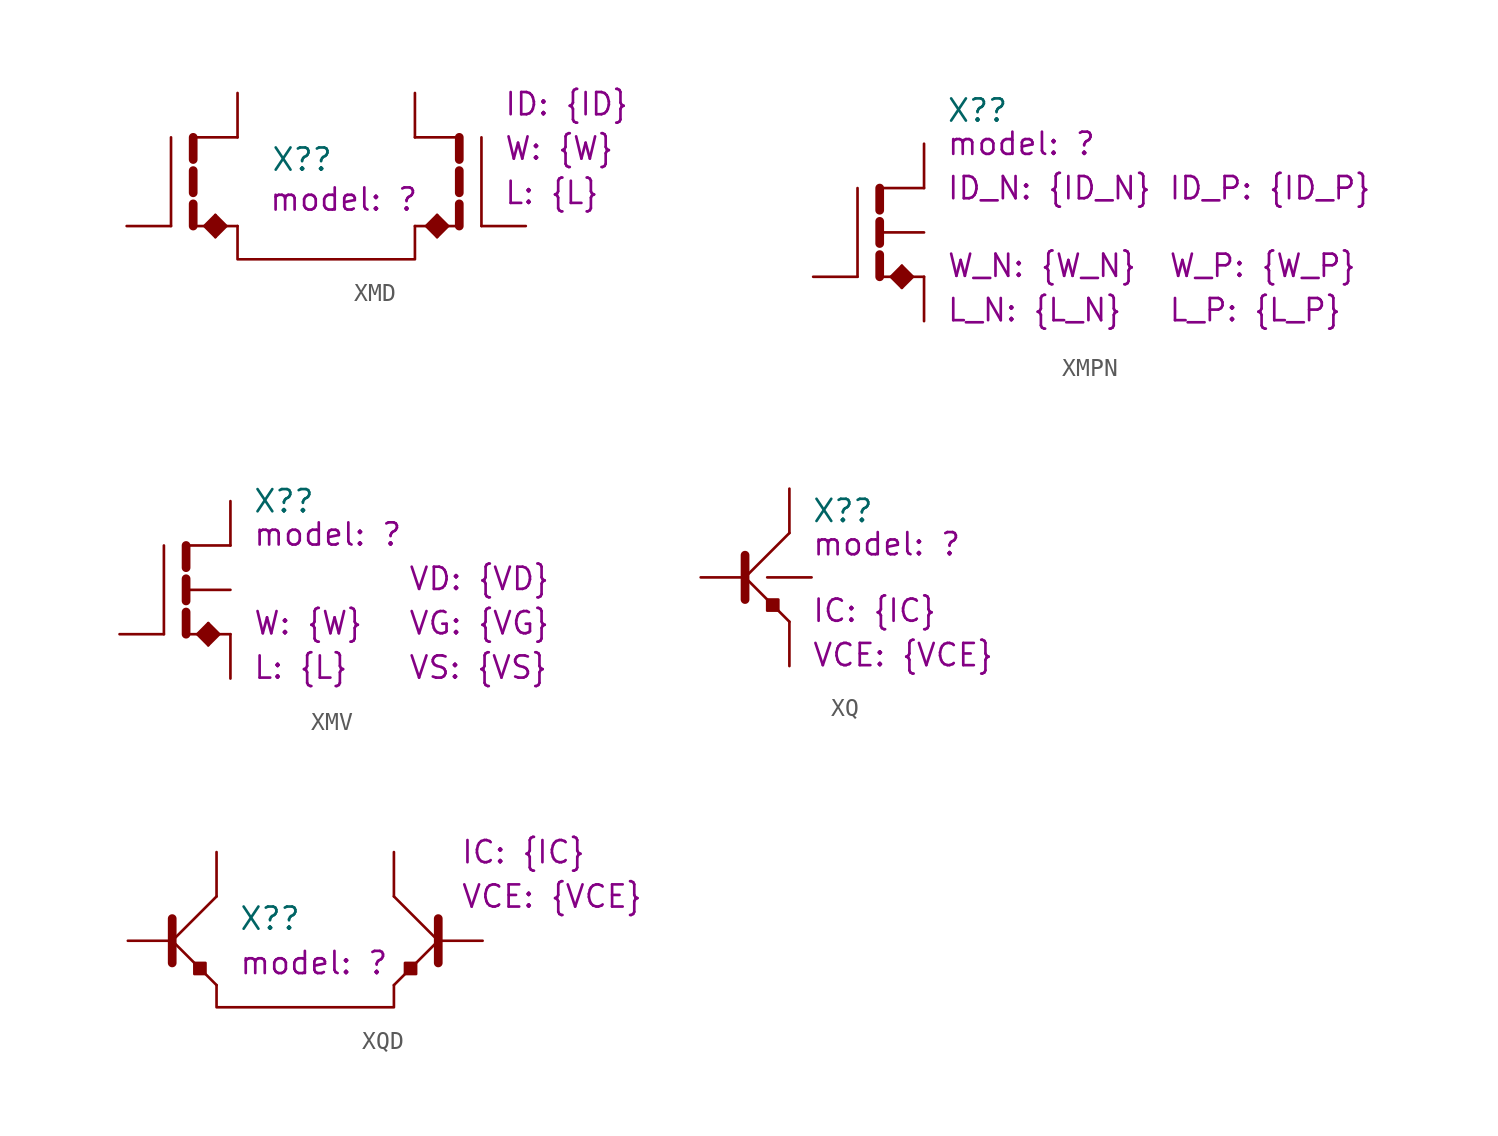
<source format=kicad_sym>
(kicad_symbol_lib
  (version 20241209)
  (generator "kicad_symbol_editor")
  (generator_version "9.0")
  (symbol "XMD"
    (pin_numbers
      (hide yes))
    (pin_names
      (offset 0)
      (hide yes))
    (property "Reference" "X?"
      (at 1.905 1.27 0)
      (effects (font (size 1.27 1.27)) (justify left)))
    (property "model" "?"
      (at 1.778 -1.016 0)
      (show_name)
      (effects (font (size 1.27 1.27)) (justify left)))
    (property "W" "{W}"
      (at 15.24 1.905 0)
      (show_name)
      (do_not_autoplace)
      (effects (font (size 1.27 1.27)) (justify left)))
    (property "L" "{L}"
      (at 15.24 -0.635 0)
      (show_name)
      (do_not_autoplace)
      (effects (font (size 1.27 1.27)) (justify left)))
    (property "ID" "{ID}"
      (at 15.24 4.445 0)
      (show_name)
      (do_not_autoplace)
      (effects (font (size 1.27 1.27)) (justify left)))
    (symbol "XMD_0_1"
      (polyline (pts (xy -3.81 -2.54) (xy -3.81 2.54)) (stroke (width 0) (type default)) (fill (type none)))
      (polyline (pts (xy -1.905 -2.54) (xy -1.27 -1.905) (xy -1.27 -3.175) (xy -1.905 -2.54)) (stroke (width 0) (type solid)) (fill (type outline)))
      (polyline (pts (xy -0.635 -2.54) (xy -1.27 -1.905) (xy -1.27 -3.175) (xy -0.635 -2.54)) (stroke (width 0) (type solid)) (fill (type outline)))
      (polyline (pts (xy 0 -2.54) (xy 0 -4.445) (xy 10.16 -4.445) (xy 10.16 -2.54)) (stroke (width 0) (type default)) (fill (type none)))
      (polyline (pts (xy 10.795 -2.54) (xy 11.43 -1.905) (xy 11.43 -3.175) (xy 10.795 -2.54)) (stroke (width 0) (type solid)) (fill (type outline)))
      (polyline (pts (xy 12.065 -2.54) (xy 11.43 -1.905) (xy 11.43 -3.175) (xy 12.065 -2.54)) (stroke (width 0) (type solid)) (fill (type outline)))
      (polyline (pts (xy 13.97 -2.54) (xy 13.97 2.54)) (stroke (width 0) (type default)) (fill (type none))))
    (symbol "XMD_1_0"
      (pin unspecified line (at -6.35 -2.54 0) (length 2.54) (name "G1" (effects (font (size 1.27 1.27)))) (number "3" (effects (font (size 1.27 1.27)))))
      (pin unspecified line (at 0 5.08 270) (length 2.54) (name "D1" (effects (font (size 1.27 1.27)))) (number "1" (effects (font (size 1.27 1.27)))))
      (pin unspecified line (at 10.16 5.08 270) (length 2.54) (name "D2" (effects (font (size 1.27 1.27)))) (number "2" (effects (font (size 1.27 1.27)))))
      (pin unspecified line (at 16.51 -2.54 180) (length 2.54) (name "G2" (effects (font (size 1.27 1.27)))) (number "4" (effects (font (size 1.27 1.27))))))
    (symbol "XMD_1_1"
      (polyline (pts (xy -2.54 1.27) (xy -2.54 2.54)) (stroke (width 0.5) (type solid)) (fill (type none)))
      (polyline (pts (xy -2.54 -0.635) (xy -2.54 0.635)) (stroke (width 0.5) (type solid)) (fill (type none)))
      (polyline (pts (xy -2.54 -2.54) (xy -2.54 -1.27)) (stroke (width 0.5) (type solid)) (fill (type none)))
      (polyline (pts (xy 0 2.54) (xy -2.54 2.54)) (stroke (width 0) (type default)) (fill (type none)))
      (polyline (pts (xy 0 -2.54) (xy -2.54 -2.54)) (stroke (width 0) (type default)) (fill (type none)))
      (polyline (pts (xy 10.16 2.54) (xy 12.7 2.54)) (stroke (width 0) (type default)) (fill (type none)))
      (polyline (pts (xy 10.16 -2.54) (xy 12.7 -2.54)) (stroke (width 0) (type default)) (fill (type none)))
      (polyline (pts (xy 12.7 1.27) (xy 12.7 2.54)) (stroke (width 0.5) (type solid)) (fill (type none)))
      (polyline (pts (xy 12.7 -0.635) (xy 12.7 0.635)) (stroke (width 0.5) (type solid)) (fill (type none)))
      (polyline (pts (xy 12.7 -2.54) (xy 12.7 -1.27)) (stroke (width 0.5) (type solid)) (fill (type none)))))
  (symbol "XMPN"
    (pin_numbers
      (hide yes))
    (pin_names
      (offset 0)
      (hide yes))
    (property "Reference" "X?"
      (at 1.27 6.985 0)
      (effects (font (size 1.27 1.27)) (justify left)))
    (property "model" "?"
      (at 1.27 5.08 0)
      (show_name)
      (effects (font (size 1.27 1.27)) (justify left)))
    (property "W_N" "{W_N}"
      (at 1.27 -1.905 0)
      (show_name)
      (do_not_autoplace)
      (effects (font (size 1.27 1.27)) (justify left)))
    (property "L_N" "{L_N}"
      (at 1.27 -4.445 0)
      (show_name)
      (do_not_autoplace)
      (effects (font (size 1.27 1.27)) (justify left)))
    (property "ID_N" "{ID_N}"
      (at 1.27 2.54 0)
      (show_name)
      (do_not_autoplace)
      (effects (font (size 1.27 1.27)) (justify left)))
    (property "W_P" "{W_P}"
      (at 13.97 -1.905 0)
      (show_name)
      (do_not_autoplace)
      (effects (font (size 1.27 1.27)) (justify left)))
    (property "L_P" "{L_P}"
      (at 13.97 -4.445 0)
      (show_name)
      (do_not_autoplace)
      (effects (font (size 1.27 1.27)) (justify left)))
    (property "ID_P" "{ID_P}"
      (at 13.97 2.54 0)
      (show_name)
      (do_not_autoplace)
      (effects (font (size 1.27 1.27)) (justify left)))
    (symbol "XMPN_0_1"
      (polyline (pts (xy -3.81 -2.54) (xy -3.81 2.54)) (stroke (width 0) (type default)) (fill (type none)))
      (polyline (pts (xy -1.905 -2.54) (xy -1.27 -1.905) (xy -1.27 -3.175) (xy -1.905 -2.54)) (stroke (width 0) (type solid)) (fill (type outline)))
      (polyline (pts (xy -0.635 -2.54) (xy -1.27 -1.905) (xy -1.27 -3.175) (xy -0.635 -2.54)) (stroke (width 0) (type solid)) (fill (type outline))))
    (symbol "XMPN_1_0"
      (pin unspecified line (at -6.35 -2.54 0) (length 2.54) (name "G" (effects (font (size 1.27 1.27)))) (number "2" (effects (font (size 1.27 1.27)))))
      (pin unspecified line (at 0 5.08 270) (length 2.54) (name "D" (effects (font (size 1.27 1.27)))) (number "1" (effects (font (size 1.27 1.27)))))
      (pin unspecified line (at 0 0 180) (length 2.54) (name "B" (effects (font (size 1.27 1.27)))) (number "4" (effects (font (size 1.27 1.27)))))
      (pin unspecified line (at 0 -5.08 90) (length 2.54) (name "S" (effects (font (size 1.27 1.27)))) (number "3" (effects (font (size 1.27 1.27))))))
    (symbol "XMPN_1_1"
      (polyline (pts (xy -2.54 1.27) (xy -2.54 2.54)) (stroke (width 0.5) (type solid)) (fill (type none)))
      (polyline (pts (xy -2.54 -0.635) (xy -2.54 0.635)) (stroke (width 0.5) (type solid)) (fill (type none)))
      (polyline (pts (xy -2.54 -2.54) (xy -2.54 -1.27)) (stroke (width 0.5) (type solid)) (fill (type none)))
      (polyline (pts (xy 0 2.54) (xy -2.54 2.54)) (stroke (width 0) (type default)) (fill (type none)))
      (polyline (pts (xy 0 -2.54) (xy -2.54 -2.54)) (stroke (width 0) (type default)) (fill (type none)))))
  (symbol "XMV"
    (pin_numbers
      (hide yes))
    (pin_names
      (offset 0)
      (hide yes))
    (property "Reference" "X?"
      (at 1.27 5.08 0)
      (effects (font (size 1.27 1.27)) (justify left)))
    (property "model" "?"
      (at 1.27 3.175 0)
      (show_name)
      (effects (font (size 1.27 1.27)) (justify left)))
    (property "W" "{W}"
      (at 1.27 -1.905 0)
      (show_name)
      (do_not_autoplace)
      (effects (font (size 1.27 1.27)) (justify left)))
    (property "L" "{L}"
      (at 1.27 -4.445 0)
      (show_name)
      (do_not_autoplace)
      (effects (font (size 1.27 1.27)) (justify left)))
    (property "VG" "{VG}"
      (at 10.16 -1.905 0)
      (show_name)
      (do_not_autoplace)
      (effects (font (size 1.27 1.27)) (justify left)))
    (property "VD" "{VD}"
      (at 10.16 0.635 0)
      (show_name)
      (do_not_autoplace)
      (effects (font (size 1.27 1.27)) (justify left)))
    (property "VS" "{VS}"
      (at 10.16 -4.445 0)
      (show_name)
      (do_not_autoplace)
      (effects (font (size 1.27 1.27)) (justify left)))
    (symbol "XMV_0_1"
      (polyline (pts (xy -3.81 -2.54) (xy -3.81 2.54)) (stroke (width 0) (type default)) (fill (type none)))
      (polyline (pts (xy -1.905 -2.54) (xy -1.27 -1.905) (xy -1.27 -3.175) (xy -1.905 -2.54)) (stroke (width 0) (type solid)) (fill (type outline)))
      (polyline (pts (xy -0.635 -2.54) (xy -1.27 -1.905) (xy -1.27 -3.175) (xy -0.635 -2.54)) (stroke (width 0) (type solid)) (fill (type outline))))
    (symbol "XMV_1_0"
      (pin unspecified line (at -6.35 -2.54 0) (length 2.54) (name "G" (effects (font (size 1.27 1.27)))) (number "2" (effects (font (size 1.27 1.27)))))
      (pin unspecified line (at 0 5.08 270) (length 2.54) (name "D" (effects (font (size 1.27 1.27)))) (number "1" (effects (font (size 1.27 1.27)))))
      (pin unspecified line (at 0 0 180) (length 2.54) (name "4" (effects (font (size 1.27 1.27)))) (number "B" (effects (font (size 1.27 1.27)))))
      (pin unspecified line (at 0 -5.08 90) (length 2.54) (name "S" (effects (font (size 1.27 1.27)))) (number "3" (effects (font (size 1.27 1.27))))))
    (symbol "XMV_1_1"
      (polyline (pts (xy -2.54 1.27) (xy -2.54 2.54)) (stroke (width 0.5) (type solid)) (fill (type none)))
      (polyline (pts (xy -2.54 -0.635) (xy -2.54 0.635)) (stroke (width 0.5) (type solid)) (fill (type none)))
      (polyline (pts (xy -2.54 -2.54) (xy -2.54 -1.27)) (stroke (width 0.5) (type solid)) (fill (type none)))
      (polyline (pts (xy 0 2.54) (xy -2.54 2.54)) (stroke (width 0) (type default)) (fill (type none)))
      (polyline (pts (xy 0 -2.54) (xy -2.54 -2.54)) (stroke (width 0) (type default)) (fill (type none)))))
  (symbol "XQ"
    (pin_numbers
      (hide yes))
    (pin_names
      (offset 0)
      (hide yes))
    (property "Reference" "X?"
      (at 1.27 3.81 0)
      (effects (font (size 1.27 1.27)) (justify left)))
    (property "model" "?"
      (at 1.27 1.905 0)
      (show_name)
      (effects (font (size 1.27 1.27)) (justify left)))
    (property "IC" "{IC}"
      (at 1.27 -1.905 0)
      (show_name)
      (do_not_autoplace)
      (effects (font (size 1.27 1.27)) (justify left)))
    (property "VCE" "{VCE}"
      (at 1.27 -4.445 0)
      (show_name)
      (do_not_autoplace)
      (effects (font (size 1.27 1.27)) (justify left)))
    (symbol "XQ_0_1"
      (polyline (pts (xy -1.27 -1.27) (xy -1.27 -1.27) (xy -1.27 -1.905) (xy -0.635 -1.905) (xy -0.635 -1.27) (xy -0.635 -1.27) (xy -1.27 -1.27)) (stroke (width 0) (type solid)) (fill (type outline))))
    (symbol "XQ_1_0"
      (pin unspecified line (at -5.08 0 0) (length 2.54) (name "B" (effects (font (size 1.27 1.27)))) (number "3" (effects (font (size 1.27 1.27)))))
      (pin unspecified line (at 0 5.08 270) (length 2.54) (name "C" (effects (font (size 1.27 1.27)))) (number "1" (effects (font (size 1.27 1.27)))))
      (pin unspecified line (at 0 -5.08 90) (length 2.54) (name "E" (effects (font (size 1.27 1.27)))) (number "3" (effects (font (size 1.27 1.27)))))
      (pin unspecified line (at 1.27 0 180) (length 2.54) (name "S" (effects (font (size 1.27 1.27)))) (number "4" (effects (font (size 1.27 1.27))))))
    (symbol "XQ_1_1"
      (polyline (pts (xy -2.54 -1.27) (xy -2.54 1.27)) (stroke (width 0.5) (type solid)) (fill (type none)))
      (polyline (pts (xy 0 2.54) (xy -2.54 0) (xy -2.54 0)) (stroke (width 0) (type default)) (fill (type none)))
      (polyline (pts (xy 0 -2.54) (xy -2.54 0)) (stroke (width 0) (type default)) (fill (type none)))))
  (symbol "XQD"
    (pin_numbers
      (hide yes))
    (pin_names
      (offset 0)
      (hide yes))
    (property "Reference" "X?"
      (at 1.27 1.27 0)
      (effects (font (size 1.27 1.27)) (justify left)))
    (property "model" "?"
      (at 1.27 -1.27 0)
      (show_name)
      (effects (font (size 1.27 1.27)) (justify left)))
    (property "IC" "{IC}"
      (at 13.97 5.08 0)
      (show_name)
      (do_not_autoplace)
      (effects (font (size 1.27 1.27)) (justify left)))
    (property "VCE" "{VCE}"
      (at 13.97 2.54 0)
      (show_name)
      (do_not_autoplace)
      (effects (font (size 1.27 1.27)) (justify left)))
    (symbol "XQD_0_1"
      (polyline (pts (xy -1.27 -1.27) (xy -1.27 -1.27) (xy -1.27 -1.905) (xy -0.635 -1.905) (xy -0.635 -1.27) (xy -0.635 -1.27) (xy -1.27 -1.27)) (stroke (width 0) (type solid)) (fill (type outline)))
      (polyline (pts (xy 0 -2.54) (xy 0 -3.81) (xy 10.16 -3.81) (xy 10.16 -2.54)) (stroke (width 0) (type default)) (fill (type none)))
      (polyline (pts (xy 11.43 -1.27) (xy 11.43 -1.27) (xy 11.43 -1.905) (xy 10.795 -1.905) (xy 10.795 -1.27) (xy 10.795 -1.27) (xy 11.43 -1.27)) (stroke (width 0) (type solid)) (fill (type outline))))
    (symbol "XQD_1_0"
      (pin unspecified line (at -5.08 0 0) (length 2.54) (name "B1" (effects (font (size 1.27 1.27)))) (number "3" (effects (font (size 1.27 1.27)))))
      (pin unspecified line (at 0 5.08 270) (length 2.54) (name "C1" (effects (font (size 1.27 1.27)))) (number "1" (effects (font (size 1.27 1.27)))))
      (pin unspecified line (at 10.16 5.08 270) (length 2.54) (name "C2" (effects (font (size 1.27 1.27)))) (number "2" (effects (font (size 1.27 1.27)))))
      (pin unspecified line (at 15.24 0 180) (length 2.54) (name "B2" (effects (font (size 1.27 1.27)))) (number "4" (effects (font (size 1.27 1.27))))))
    (symbol "XQD_1_1"
      (polyline (pts (xy -2.54 -1.27) (xy -2.54 1.27)) (stroke (width 0.5) (type solid)) (fill (type none)))
      (polyline (pts (xy 0 2.54) (xy -2.54 0) (xy -2.54 0)) (stroke (width 0) (type default)) (fill (type none)))
      (polyline (pts (xy 0 -2.54) (xy -2.54 0)) (stroke (width 0) (type default)) (fill (type none)))
      (polyline (pts (xy 10.16 2.54) (xy 12.7 0) (xy 12.7 0)) (stroke (width 0) (type default)) (fill (type none)))
      (polyline (pts (xy 10.16 -2.54) (xy 12.7 0)) (stroke (width 0) (type default)) (fill (type none)))
      (polyline (pts (xy 12.7 -1.27) (xy 12.7 1.27)) (stroke (width 0.5) (type solid)) (fill (type none))))))
</source>
